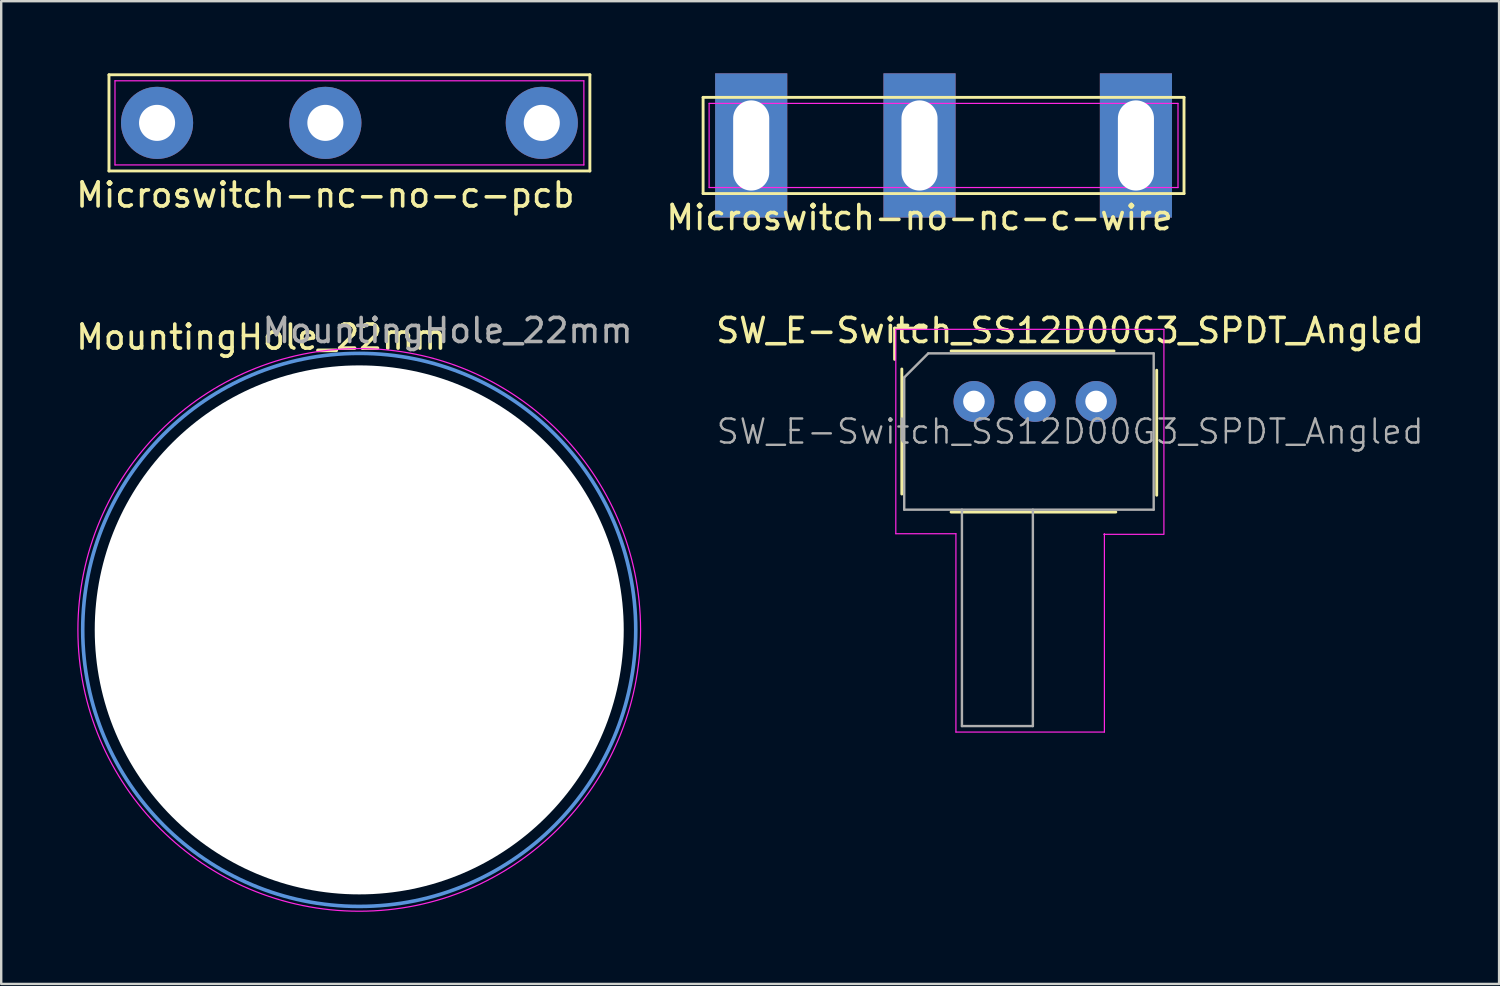
<source format=kicad_pcb>
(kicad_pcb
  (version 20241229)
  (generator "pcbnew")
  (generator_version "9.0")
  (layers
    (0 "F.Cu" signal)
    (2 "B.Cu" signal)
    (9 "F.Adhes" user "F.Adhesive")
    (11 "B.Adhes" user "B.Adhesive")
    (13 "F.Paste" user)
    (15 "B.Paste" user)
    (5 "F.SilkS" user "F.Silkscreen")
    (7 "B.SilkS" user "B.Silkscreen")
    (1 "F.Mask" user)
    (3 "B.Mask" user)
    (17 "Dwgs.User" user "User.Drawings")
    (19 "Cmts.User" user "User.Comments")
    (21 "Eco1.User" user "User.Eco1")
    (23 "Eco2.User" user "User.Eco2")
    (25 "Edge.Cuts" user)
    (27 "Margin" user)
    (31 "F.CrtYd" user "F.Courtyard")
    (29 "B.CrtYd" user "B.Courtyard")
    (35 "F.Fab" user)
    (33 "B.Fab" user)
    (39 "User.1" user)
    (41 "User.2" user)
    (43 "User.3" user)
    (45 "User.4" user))
  (footprint "Microswitch-no-nc-c-wire"
    (layer "F.Cu")
    (at 35.191 3)
    (property "Reference" "Microswitch-no-nc-c-wire" (at 0 3 0) (layer "F.SilkS") (effects (font (size 1 1) (thickness 0.15))))
    (attr through_hole)
    (fp_line (start -9 -2) (end 11 -2) (stroke (width 0.12) (type solid)) (layer "F.SilkS"))
    (fp_line (start -9 2) (end -9 -2) (stroke (width 0.12) (type solid)) (layer "F.SilkS"))
    (fp_line (start 11 -2) (end 11 2) (stroke (width 0.12) (type solid)) (layer "F.SilkS"))
    (fp_line (start 11 2) (end -9 2) (stroke (width 0.12) (type solid)) (layer "F.SilkS"))
    (fp_line (start -8.75 -1.75) (end 10.75 -1.75) (stroke (width 0.05) (type solid)) (layer "F.CrtYd"))
    (fp_line (start -8.75 1.75) (end -8.75 -1.75) (stroke (width 0.05) (type solid)) (layer "F.CrtYd"))
    (fp_line (start 10.75 -1.75) (end 10.75 1.75) (stroke (width 0.05) (type solid)) (layer "F.CrtYd"))
    (fp_line (start 10.75 1.75) (end -8.75 1.75) (stroke (width 0.05) (type solid)) (layer "F.CrtYd"))
    (pad "1" thru_hole rect (at -7 0) (size 3 6) (drill oval 1.5 3.75) (layers "*.Cu" "*.Mask"))
    (pad "2" thru_hole rect (at 9 0) (size 3 6) (drill oval 1.5 3.75) (layers "*.Cu" "*.Mask"))
    (pad "3" thru_hole rect (at 0 0) (size 3 6) (drill oval 1.5 3.75) (layers "*.Cu" "*.Mask")))
  (footprint "SW_E-Switch_SS12D00G3_SPDT_Angled"
    (layer "F.Cu")
    (at 37.455 13.646)
    (property "Reference" "SW_E-Switch_SS12D00G3_SPDT_Angled" (at 4 -2.95 0) (layer "F.SilkS") (effects (font (size 1 1) (thickness 0.15))))
    (attr through_hole)
    (fp_line (start -3.3 -3.05) (end -2 -3.05) (stroke (width 0.12) (type solid)) (layer "F.SilkS"))
    (fp_line (start -3.3 -1.75) (end -3.3 -3.05) (stroke (width 0.12) (type solid)) (layer "F.SilkS"))
    (fp_line (start -3 3.85) (end -3 -1.35) (stroke (width 0.12) (type solid)) (layer "F.SilkS"))
    (fp_line (start -0.95 -2.1) (end 5.825 -2.1) (stroke (width 0.12) (type solid)) (layer "F.SilkS"))
    (fp_line (start 5.9 4.6) (end -0.95 4.6) (stroke (width 0.12) (type solid)) (layer "F.SilkS"))
    (fp_line (start 7.6 -1.3) (end 7.6 3.9) (stroke (width 0.12) (type solid)) (layer "F.SilkS"))
    (fp_line (start -3.25 -3) (end 7.9 -3) (stroke (width 0.05) (type solid)) (layer "F.CrtYd"))
    (fp_line (start -3.25 5.5) (end -3.25 -3) (stroke (width 0.05) (type solid)) (layer "F.CrtYd"))
    (fp_line (start -0.75 5.5) (end -3.25 5.5) (stroke (width 0.05) (type solid)) (layer "F.CrtYd"))
    (fp_line (start -0.75 13.75) (end -0.75 5.5) (stroke (width 0.05) (type solid)) (layer "F.CrtYd"))
    (fp_line (start 5.425 5.5) (end 5.425 13.75) (stroke (width 0.05) (type solid)) (layer "F.CrtYd"))
    (fp_line (start 5.425 13.75) (end -0.75 13.75) (stroke (width 0.05) (type solid)) (layer "F.CrtYd"))
    (fp_line (start 7.9 -3) (end 7.9 5.5) (stroke (width 0.05) (type solid)) (layer "F.CrtYd"))
    (fp_line (start 7.9 5.525) (end 5.4 5.525) (stroke (width 0.05) (type solid)) (layer "F.CrtYd"))
    (fp_line (start -2.9 4.5) (end -2.9 -1) (stroke (width 0.1) (type solid)) (layer "F.Fab"))
    (fp_line (start -1.9 -2) (end -2.9 -1) (stroke (width 0.1) (type solid)) (layer "F.Fab"))
    (fp_line (start -1.9 -2) (end 7.475 -2) (stroke (width 0.1) (type solid)) (layer "F.Fab"))
    (fp_line (start -0.5 13.5) (end -0.5 4.5) (stroke (width 0.1) (type solid)) (layer "F.Fab"))
    (fp_line (start 2.45 4.5) (end 2.45 13.5) (stroke (width 0.1) (type solid)) (layer "F.Fab"))
    (fp_line (start 2.45 13.5) (end -0.5 13.5) (stroke (width 0.1) (type solid)) (layer "F.Fab"))
    (fp_line (start 7.475 -2) (end 7.475 4.5) (stroke (width 0.1) (type solid)) (layer "F.Fab"))
    (fp_line (start 7.475 4.5) (end -2.9 4.5) (stroke (width 0.1) (type solid)) (layer "F.Fab"))
    (fp_text user "${REFERENCE}" (at 4 1.25 0) (layer "F.Fab") (effects (font (size 1 1) (thickness 0.1))))
    (pad "1" thru_hole circle (at 0 0) (size 1.7 1.7) (drill 0.9) (layers "*.Cu" "*.Mask"))
    (pad "2" thru_hole circle (at 2.54 0) (size 1.7 1.7) (drill 0.9) (layers "*.Cu" "*.Mask"))
    (pad "3" thru_hole circle (at 5.08 0) (size 1.7 1.7) (drill 0.9) (layers "*.Cu" "*.Mask")))
  (footprint "Microswitch-nc-no-c-pcb"
    (layer "F.Cu")
    (at 10.482 2.06)
    (property "Reference" "Microswitch-nc-no-c-pcb" (at 0 3 0) (layer "F.SilkS") (effects (font (size 1 1) (thickness 0.15))))
    (attr through_hole)
    (fp_line (start -9 -2) (end 11 -2) (stroke (width 0.12) (type solid)) (layer "F.SilkS"))
    (fp_line (start -9 2) (end -9 -2) (stroke (width 0.12) (type solid)) (layer "F.SilkS"))
    (fp_line (start 11 -2) (end 11 2) (stroke (width 0.12) (type solid)) (layer "F.SilkS"))
    (fp_line (start 11 2) (end -9 2) (stroke (width 0.12) (type solid)) (layer "F.SilkS"))
    (fp_line (start -8.75 -1.75) (end 10.75 -1.75) (stroke (width 0.05) (type solid)) (layer "F.CrtYd"))
    (fp_line (start -8.75 1.75) (end -8.75 -1.75) (stroke (width 0.05) (type solid)) (layer "F.CrtYd"))
    (fp_line (start 10.75 -1.75) (end 10.75 1.75) (stroke (width 0.05) (type solid)) (layer "F.CrtYd"))
    (fp_line (start 10.75 1.75) (end -8.75 1.75) (stroke (width 0.05) (type solid)) (layer "F.CrtYd"))
    (pad "1" thru_hole circle (at -7 0) (size 3 3) (drill 1.5) (layers "*.Cu" "*.Mask"))
    (pad "2" thru_hole circle (at 9 0) (size 3 3) (drill 1.5) (layers "*.Cu" "*.Mask"))
    (pad "3" thru_hole circle (at 0 0) (size 3 3) (drill 1.5) (layers "*.Cu" "*.Mask")))
  (footprint "MountingHole_22mm"
    (layer "F.Cu")
    (at 11.89 23.146)
    (property "Reference" "MountingHole_22mm" (at -4.075 -12.175 0) (layer "F.SilkS") (effects (font (size 1 1) (thickness 0.15))))
    (attr exclude_from_pos_files exclude_from_bom)
    (fp_circle (center 0 0) (end 11.5 0) (stroke (width 0.15) (type solid)) (fill no) (layer "Cmts.User"))
    (fp_circle (center 0 0) (end 11.7 0) (stroke (width 0.05) (type solid)) (fill no) (layer "F.CrtYd"))
    (fp_text user "${REFERENCE}" (at 3.675 -12.45 0) (layer "F.Fab") (effects (font (size 1 1) (thickness 0.15))))
    (pad "" np_thru_hole circle (at 0 0) (size 22 22) (drill 22) (layers "*.Cu" "*.Mask")))
  (gr_rect
    (start -3 -3)
    (end 59.294 37.871)
    (stroke (width 0.1) (type default))
    (fill no)
    (layer "Edge.Cuts")))
</source>
